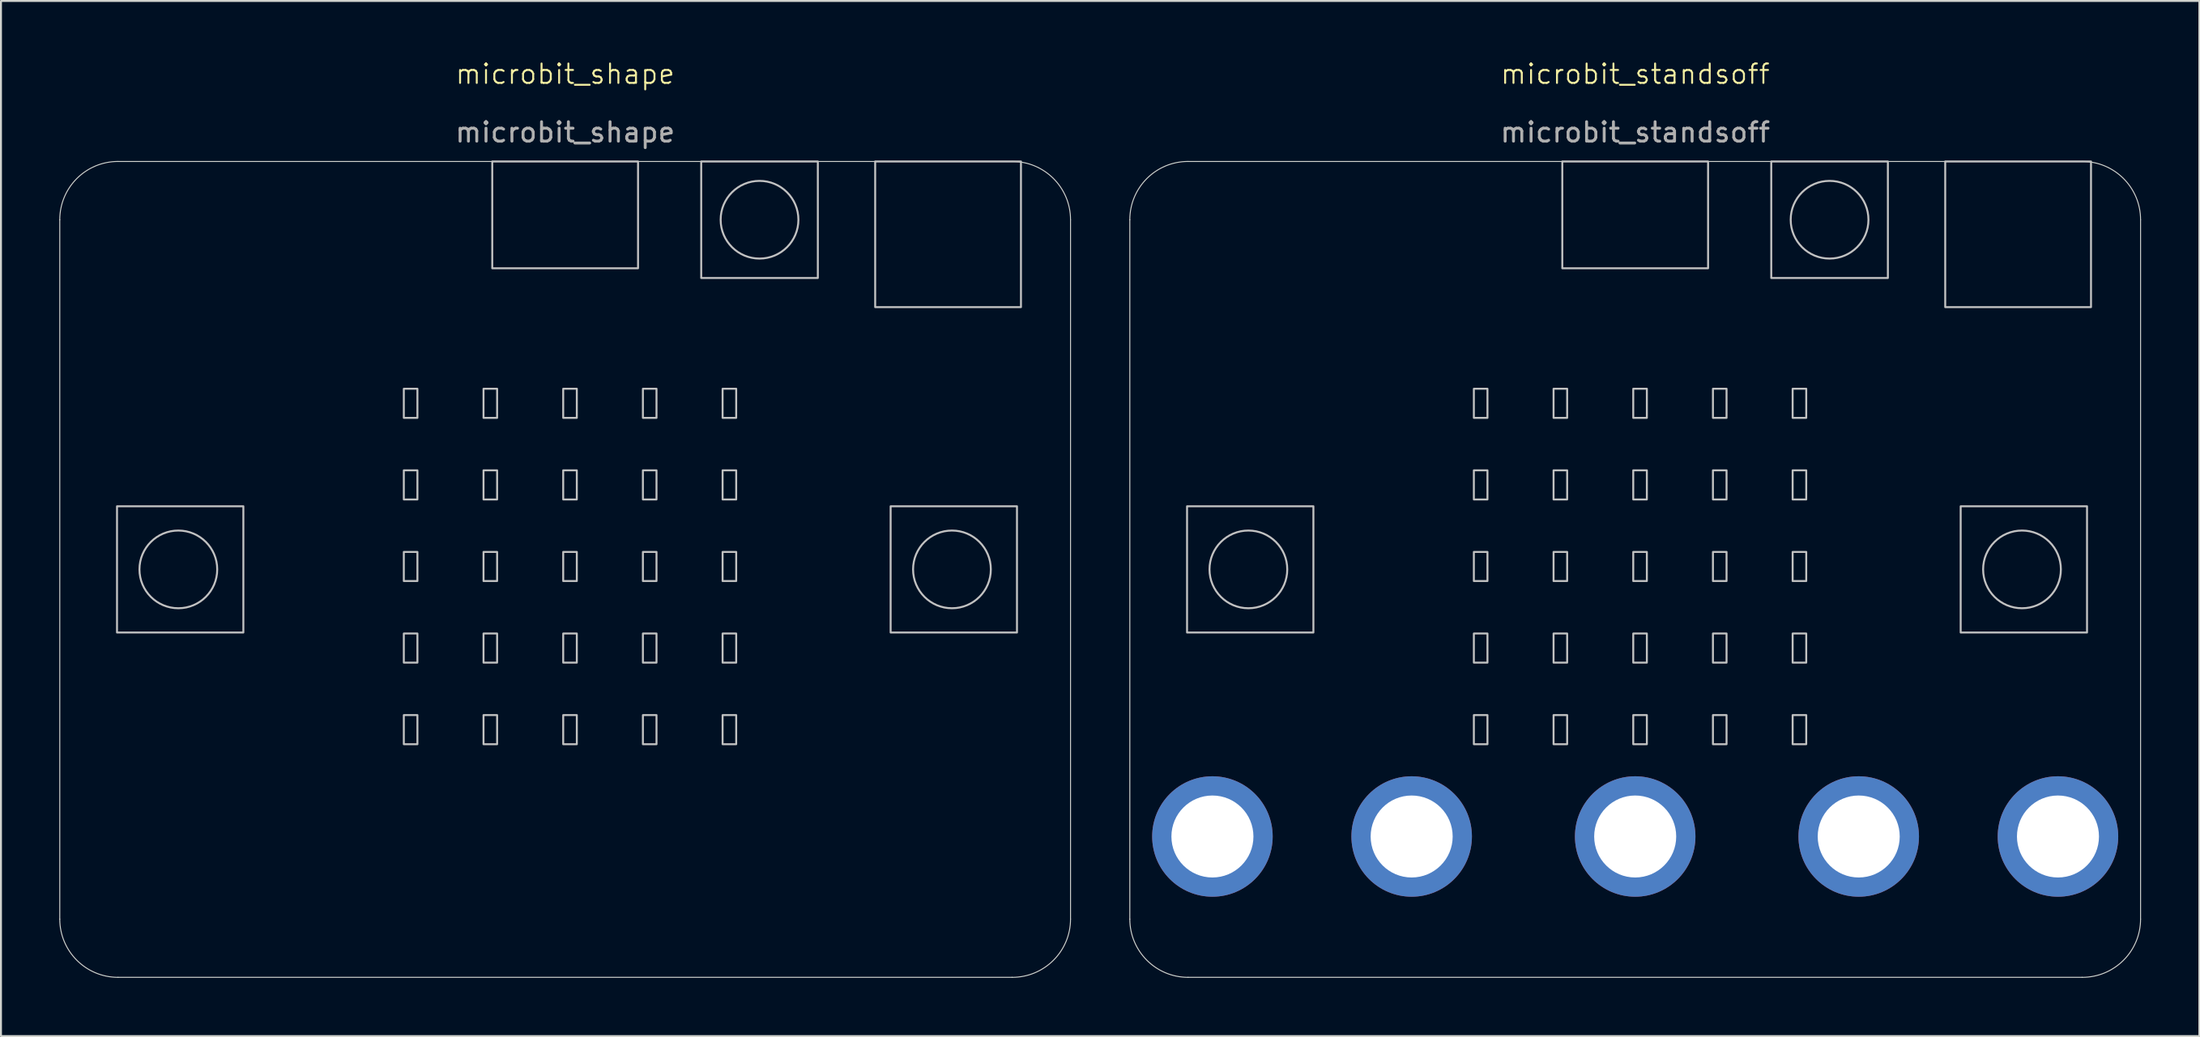
<source format=kicad_pcb>
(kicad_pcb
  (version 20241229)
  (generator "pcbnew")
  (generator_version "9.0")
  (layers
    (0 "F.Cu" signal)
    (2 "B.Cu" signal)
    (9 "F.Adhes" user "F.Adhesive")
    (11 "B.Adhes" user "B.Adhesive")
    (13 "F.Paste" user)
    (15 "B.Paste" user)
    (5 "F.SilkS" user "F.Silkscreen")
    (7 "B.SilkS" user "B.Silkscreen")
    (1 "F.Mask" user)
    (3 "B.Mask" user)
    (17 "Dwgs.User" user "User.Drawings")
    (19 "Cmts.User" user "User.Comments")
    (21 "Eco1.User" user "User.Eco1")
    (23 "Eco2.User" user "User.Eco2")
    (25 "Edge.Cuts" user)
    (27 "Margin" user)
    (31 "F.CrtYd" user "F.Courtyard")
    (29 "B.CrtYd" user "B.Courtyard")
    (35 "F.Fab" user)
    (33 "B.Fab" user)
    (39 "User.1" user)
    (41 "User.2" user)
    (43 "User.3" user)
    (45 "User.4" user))
  (footprint "microbit_standsoff"
    (layer "F.Cu")
    (at 81.075 26.261)
    (property "Reference" "microbit_standsoff" (at 0 -25.5 0) (unlocked yes) (layer "F.SilkS") (effects (font (size 1 1) (thickness 0.1))))
    (attr smd)
    (fp_rect (start -23.055 -3.25) (end -16.555 3.25) (stroke (width 0.1) (type default)) (fill no) (layer "Dwgs.User"))
    (fp_rect (start -8.3 -7.8) (end -7.6 -9.3) (stroke (width 0.1) (type default)) (fill no) (layer "Dwgs.User"))
    (fp_rect (start -8.3 -3.6) (end -7.6 -5.1) (stroke (width 0.1) (type default)) (fill no) (layer "Dwgs.User"))
    (fp_rect (start -8.3 0.6) (end -7.6 -0.9) (stroke (width 0.1) (type default)) (fill no) (layer "Dwgs.User"))
    (fp_rect (start -8.3 4.8) (end -7.6 3.3) (stroke (width 0.1) (type default)) (fill no) (layer "Dwgs.User"))
    (fp_rect (start -8.3 9) (end -7.6 7.5) (stroke (width 0.1) (type default)) (fill no) (layer "Dwgs.User"))
    (fp_rect (start -4.2 -7.8) (end -3.5 -9.3) (stroke (width 0.1) (type default)) (fill no) (layer "Dwgs.User"))
    (fp_rect (start -4.2 -3.6) (end -3.5 -5.1) (stroke (width 0.1) (type default)) (fill no) (layer "Dwgs.User"))
    (fp_rect (start -4.2 0.6) (end -3.5 -0.9) (stroke (width 0.1) (type default)) (fill no) (layer "Dwgs.User"))
    (fp_rect (start -4.2 4.8) (end -3.5 3.3) (stroke (width 0.1) (type default)) (fill no) (layer "Dwgs.User"))
    (fp_rect (start -4.2 9) (end -3.5 7.5) (stroke (width 0.1) (type default)) (fill no) (layer "Dwgs.User"))
    (fp_rect (start -3.75 -21) (end 3.75 -15.5) (stroke (width 0.1) (type default)) (fill no) (layer "Dwgs.User"))
    (fp_rect (start -0.1 -7.8) (end 0.6 -9.3) (stroke (width 0.1) (type default)) (fill no) (layer "Dwgs.User"))
    (fp_rect (start -0.1 -3.6) (end 0.6 -5.1) (stroke (width 0.1) (type default)) (fill no) (layer "Dwgs.User"))
    (fp_rect (start -0.1 0.6) (end 0.6 -0.9) (stroke (width 0.1) (type default)) (fill no) (layer "Dwgs.User"))
    (fp_rect (start -0.1 4.8) (end 0.6 3.3) (stroke (width 0.1) (type default)) (fill no) (layer "Dwgs.User"))
    (fp_rect (start -0.1 9) (end 0.6 7.5) (stroke (width 0.1) (type default)) (fill no) (layer "Dwgs.User"))
    (fp_rect (start 4 -7.8) (end 4.7 -9.3) (stroke (width 0.1) (type default)) (fill no) (layer "Dwgs.User"))
    (fp_rect (start 4 -3.6) (end 4.7 -5.1) (stroke (width 0.1) (type default)) (fill no) (layer "Dwgs.User"))
    (fp_rect (start 4 0.6) (end 4.7 -0.9) (stroke (width 0.1) (type default)) (fill no) (layer "Dwgs.User"))
    (fp_rect (start 4 4.8) (end 4.7 3.3) (stroke (width 0.1) (type default)) (fill no) (layer "Dwgs.User"))
    (fp_rect (start 4 9) (end 4.7 7.5) (stroke (width 0.1) (type default)) (fill no) (layer "Dwgs.User"))
    (fp_rect (start 7 -21) (end 13 -15) (stroke (width 0.1) (type default)) (fill no) (layer "Dwgs.User"))
    (fp_rect (start 8.1 -7.8) (end 8.8 -9.3) (stroke (width 0.1) (type default)) (fill no) (layer "Dwgs.User"))
    (fp_rect (start 8.1 -3.6) (end 8.8 -5.1) (stroke (width 0.1) (type default)) (fill no) (layer "Dwgs.User"))
    (fp_rect (start 8.1 0.6) (end 8.8 -0.9) (stroke (width 0.1) (type default)) (fill no) (layer "Dwgs.User"))
    (fp_rect (start 8.1 4.8) (end 8.8 3.3) (stroke (width 0.1) (type default)) (fill no) (layer "Dwgs.User"))
    (fp_rect (start 8.1 9) (end 8.8 7.5) (stroke (width 0.1) (type default)) (fill no) (layer "Dwgs.User"))
    (fp_rect (start 15.95 -21) (end 23.45 -13.5) (stroke (width 0.1) (type default)) (fill no) (layer "Dwgs.User"))
    (fp_rect (start 16.745 -3.25) (end 23.245 3.25) (stroke (width 0.1) (type default)) (fill no) (layer "Dwgs.User"))
    (fp_circle (center -19.9 0) (end -19.9 -2) (stroke (width 0.1) (type default)) (fill no) (layer "Dwgs.User"))
    (fp_circle (center 10 -18) (end 10 -20) (stroke (width 0.1) (type default)) (fill no) (layer "Dwgs.User"))
    (fp_circle (center 19.9 0) (end 19.9 -2) (stroke (width 0.1) (type default)) (fill no) (layer "Dwgs.User"))
    (fp_line (start -26 18) (end -26 -18) (stroke (width 0.05) (type default)) (layer "Edge.Cuts"))
    (fp_line (start -23 -21) (end 23 -21) (stroke (width 0.05) (type default)) (layer "Edge.Cuts"))
    (fp_line (start 23 21) (end -23 21) (stroke (width 0.05) (type default)) (layer "Edge.Cuts"))
    (fp_line (start 26 -18) (end 26 18) (stroke (width 0.05) (type default)) (layer "Edge.Cuts"))
    (fp_arc (start -26 -18) (mid -25.12132 -20.12132) (end -23 -21) (stroke (width 0.05) (type default)) (layer "Edge.Cuts"))
    (fp_arc (start -23 21) (mid -25.12132 20.12132) (end -26 18) (stroke (width 0.05) (type default)) (layer "Edge.Cuts"))
    (fp_arc (start 23 -21) (mid 25.12132 -20.12132) (end 26 -18) (stroke (width 0.05) (type default)) (layer "Edge.Cuts"))
    (fp_arc (start 26 18) (mid 25.12132 20.12132) (end 23 21) (stroke (width 0.05) (type default)) (layer "Edge.Cuts"))
    (fp_text user "${REFERENCE}" (at 0 -22.5 0) (unlocked yes) (layer "F.Fab") (effects (font (size 1 1) (thickness 0.15))))
    (pad "0" thru_hole circle (at -21.75 13.75) (size 6.2 6.2) (drill 4.22) (layers "*.Cu" "*.Mask"))
    (pad "1" thru_hole circle (at -11.5 13.75) (size 6.2 6.2) (drill 4.22) (layers "*.Cu" "*.Mask"))
    (pad "2" thru_hole circle (at 0 13.75) (size 6.2 6.2) (drill 4.22) (layers "*.Cu" "*.Mask"))
    (pad "3V" thru_hole circle (at 11.5 13.75) (size 6.2 6.2) (drill 4.22) (layers "*.Cu" "*.Mask"))
    (pad "GND" thru_hole circle (at 21.75 13.75) (size 6.2 6.2) (drill 4.22) (layers "*.Cu" "*.Mask")))
  (footprint "microbit_shape"
    (layer "F.Cu")
    (at 26.025 26.261)
    (property "Reference" "microbit_shape" (at 0 -25.5 0) (unlocked yes) (layer "F.SilkS") (effects (font (size 1 1) (thickness 0.1))))
    (attr smd)
    (fp_rect (start -23.055 -3.25) (end -16.555 3.25) (stroke (width 0.1) (type default)) (fill no) (layer "Dwgs.User"))
    (fp_rect (start -8.3 -7.8) (end -7.6 -9.3) (stroke (width 0.1) (type default)) (fill no) (layer "Dwgs.User"))
    (fp_rect (start -8.3 -3.6) (end -7.6 -5.1) (stroke (width 0.1) (type default)) (fill no) (layer "Dwgs.User"))
    (fp_rect (start -8.3 0.6) (end -7.6 -0.9) (stroke (width 0.1) (type default)) (fill no) (layer "Dwgs.User"))
    (fp_rect (start -8.3 4.8) (end -7.6 3.3) (stroke (width 0.1) (type default)) (fill no) (layer "Dwgs.User"))
    (fp_rect (start -8.3 9) (end -7.6 7.5) (stroke (width 0.1) (type default)) (fill no) (layer "Dwgs.User"))
    (fp_rect (start -4.2 -7.8) (end -3.5 -9.3) (stroke (width 0.1) (type default)) (fill no) (layer "Dwgs.User"))
    (fp_rect (start -4.2 -3.6) (end -3.5 -5.1) (stroke (width 0.1) (type default)) (fill no) (layer "Dwgs.User"))
    (fp_rect (start -4.2 0.6) (end -3.5 -0.9) (stroke (width 0.1) (type default)) (fill no) (layer "Dwgs.User"))
    (fp_rect (start -4.2 4.8) (end -3.5 3.3) (stroke (width 0.1) (type default)) (fill no) (layer "Dwgs.User"))
    (fp_rect (start -4.2 9) (end -3.5 7.5) (stroke (width 0.1) (type default)) (fill no) (layer "Dwgs.User"))
    (fp_rect (start -3.75 -21) (end 3.75 -15.5) (stroke (width 0.1) (type default)) (fill no) (layer "Dwgs.User"))
    (fp_rect (start -0.1 -7.8) (end 0.6 -9.3) (stroke (width 0.1) (type default)) (fill no) (layer "Dwgs.User"))
    (fp_rect (start -0.1 -3.6) (end 0.6 -5.1) (stroke (width 0.1) (type default)) (fill no) (layer "Dwgs.User"))
    (fp_rect (start -0.1 0.6) (end 0.6 -0.9) (stroke (width 0.1) (type default)) (fill no) (layer "Dwgs.User"))
    (fp_rect (start -0.1 4.8) (end 0.6 3.3) (stroke (width 0.1) (type default)) (fill no) (layer "Dwgs.User"))
    (fp_rect (start -0.1 9) (end 0.6 7.5) (stroke (width 0.1) (type default)) (fill no) (layer "Dwgs.User"))
    (fp_rect (start 4 -7.8) (end 4.7 -9.3) (stroke (width 0.1) (type default)) (fill no) (layer "Dwgs.User"))
    (fp_rect (start 4 -3.6) (end 4.7 -5.1) (stroke (width 0.1) (type default)) (fill no) (layer "Dwgs.User"))
    (fp_rect (start 4 0.6) (end 4.7 -0.9) (stroke (width 0.1) (type default)) (fill no) (layer "Dwgs.User"))
    (fp_rect (start 4 4.8) (end 4.7 3.3) (stroke (width 0.1) (type default)) (fill no) (layer "Dwgs.User"))
    (fp_rect (start 4 9) (end 4.7 7.5) (stroke (width 0.1) (type default)) (fill no) (layer "Dwgs.User"))
    (fp_rect (start 7 -21) (end 13 -15) (stroke (width 0.1) (type default)) (fill no) (layer "Dwgs.User"))
    (fp_rect (start 8.1 -7.8) (end 8.8 -9.3) (stroke (width 0.1) (type default)) (fill no) (layer "Dwgs.User"))
    (fp_rect (start 8.1 -3.6) (end 8.8 -5.1) (stroke (width 0.1) (type default)) (fill no) (layer "Dwgs.User"))
    (fp_rect (start 8.1 0.6) (end 8.8 -0.9) (stroke (width 0.1) (type default)) (fill no) (layer "Dwgs.User"))
    (fp_rect (start 8.1 4.8) (end 8.8 3.3) (stroke (width 0.1) (type default)) (fill no) (layer "Dwgs.User"))
    (fp_rect (start 8.1 9) (end 8.8 7.5) (stroke (width 0.1) (type default)) (fill no) (layer "Dwgs.User"))
    (fp_rect (start 15.95 -21) (end 23.45 -13.5) (stroke (width 0.1) (type default)) (fill no) (layer "Dwgs.User"))
    (fp_rect (start 16.745 -3.25) (end 23.245 3.25) (stroke (width 0.1) (type default)) (fill no) (layer "Dwgs.User"))
    (fp_circle (center -19.9 0) (end -19.9 -2) (stroke (width 0.1) (type default)) (fill no) (layer "Dwgs.User"))
    (fp_circle (center 10 -18) (end 10 -20) (stroke (width 0.1) (type default)) (fill no) (layer "Dwgs.User"))
    (fp_circle (center 19.9 0) (end 19.9 -2) (stroke (width 0.1) (type default)) (fill no) (layer "Dwgs.User"))
    (fp_line (start -26 18) (end -26 -18) (stroke (width 0.05) (type default)) (layer "Edge.Cuts"))
    (fp_line (start -23 -21) (end 23 -21) (stroke (width 0.05) (type default)) (layer "Edge.Cuts"))
    (fp_line (start 23 21) (end -23 21) (stroke (width 0.05) (type default)) (layer "Edge.Cuts"))
    (fp_line (start 26 -18) (end 26 18) (stroke (width 0.05) (type default)) (layer "Edge.Cuts"))
    (fp_arc (start -26 -18) (mid -25.12132 -20.12132) (end -23 -21) (stroke (width 0.05) (type default)) (layer "Edge.Cuts"))
    (fp_arc (start -23 21) (mid -25.12132 20.12132) (end -26 18) (stroke (width 0.05) (type default)) (layer "Edge.Cuts"))
    (fp_arc (start 23 -21) (mid 25.12132 -20.12132) (end 26 -18) (stroke (width 0.05) (type default)) (layer "Edge.Cuts"))
    (fp_arc (start 26 18) (mid 25.12132 20.12132) (end 23 21) (stroke (width 0.05) (type default)) (layer "Edge.Cuts"))
    (fp_text user "${REFERENCE}" (at 0 -22.5 0) (unlocked yes) (layer "F.Fab") (effects (font (size 1 1) (thickness 0.15)))))
  (gr_rect
    (start -3 -3)
    (end 110.1 50.285)
    (stroke (width 0.1) (type default))
    (fill no)
    (layer "Edge.Cuts")))
</source>
